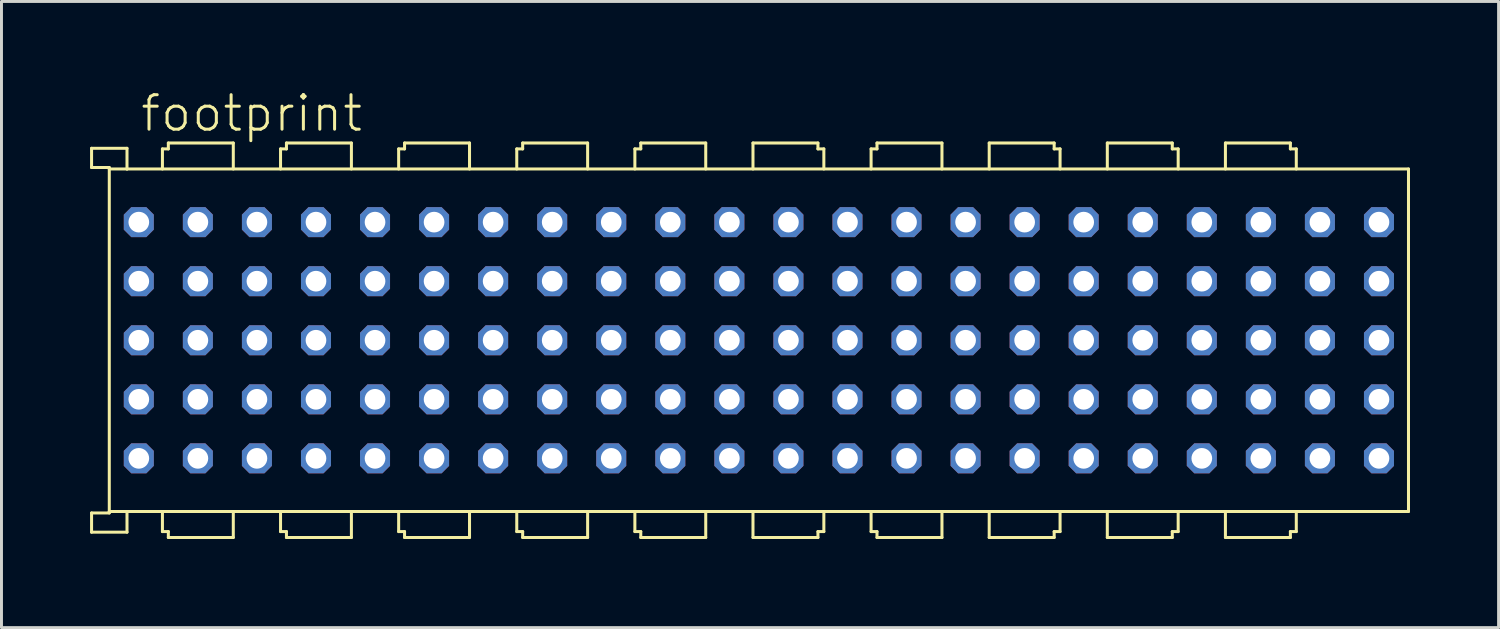
<source format=kicad_pcb>
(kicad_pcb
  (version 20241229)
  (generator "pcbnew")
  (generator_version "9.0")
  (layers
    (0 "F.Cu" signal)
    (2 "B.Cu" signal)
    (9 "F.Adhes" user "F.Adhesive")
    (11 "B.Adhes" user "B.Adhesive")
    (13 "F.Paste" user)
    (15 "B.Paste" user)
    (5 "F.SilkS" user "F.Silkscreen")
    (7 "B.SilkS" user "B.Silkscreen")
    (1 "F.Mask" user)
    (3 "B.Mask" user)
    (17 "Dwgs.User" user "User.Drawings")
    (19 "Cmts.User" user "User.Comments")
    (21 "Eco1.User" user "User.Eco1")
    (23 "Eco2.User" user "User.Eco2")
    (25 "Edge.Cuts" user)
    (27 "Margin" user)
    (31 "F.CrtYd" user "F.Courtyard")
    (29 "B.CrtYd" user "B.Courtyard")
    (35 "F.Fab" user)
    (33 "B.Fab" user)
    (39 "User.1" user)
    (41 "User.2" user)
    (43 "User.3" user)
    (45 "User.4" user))
  (footprint "footprint"
    (layer "F.Cu")
    (at 22.651 8.473)
    (property "Reference" "footprint" (at -21 -7 0) (layer "F.SilkS") (effects (font (size 1.168 1.168) (thickness 0.102)) (justify left bottom)))
    (fp_line (start -22.6 -6.5) (end -22.6 -5.85) (stroke (width 0.102) (type solid)) (layer "F.SilkS"))
    (fp_line (start -22.6 -5.85) (end -22 -5.85) (stroke (width 0.102) (type solid)) (layer "F.SilkS"))
    (fp_line (start -22.6 5.85) (end -22 5.85) (stroke (width 0.102) (type solid)) (layer "F.SilkS"))
    (fp_line (start -22.6 6.5) (end -22.6 5.85) (stroke (width 0.102) (type solid)) (layer "F.SilkS"))
    (fp_line (start -22 -5.85) (end -22 5.8) (stroke (width 0.102) (type solid)) (layer "F.SilkS"))
    (fp_line (start -22 -5.8) (end -21.4 -5.8) (stroke (width 0.102) (type solid)) (layer "F.SilkS"))
    (fp_line (start -22 5.8) (end -21.4 5.8) (stroke (width 0.102) (type solid)) (layer "F.SilkS"))
    (fp_line (start -22 5.85) (end -22 5.8) (stroke (width 0.102) (type solid)) (layer "F.SilkS"))
    (fp_line (start -21.4 -6.5) (end -22.6 -6.5) (stroke (width 0.102) (type solid)) (layer "F.SilkS"))
    (fp_line (start -21.4 -5.8) (end -21.4 -6.5) (stroke (width 0.102) (type solid)) (layer "F.SilkS"))
    (fp_line (start -21.4 5.8) (end -21.4 6.5) (stroke (width 0.102) (type solid)) (layer "F.SilkS"))
    (fp_line (start -21.4 5.8) (end -20.2 5.8) (stroke (width 0.102) (type solid)) (layer "F.SilkS"))
    (fp_line (start -21.4 6.5) (end -22.6 6.5) (stroke (width 0.102) (type solid)) (layer "F.SilkS"))
    (fp_line (start -20.2 -6.48) (end -20 -6.48) (stroke (width 0.102) (type solid)) (layer "F.SilkS"))
    (fp_line (start -20.2 -5.8) (end -20.2 -6.48) (stroke (width 0.102) (type solid)) (layer "F.SilkS"))
    (fp_line (start -20.2 5.8) (end -20.2 6.48) (stroke (width 0.102) (type solid)) (layer "F.SilkS"))
    (fp_line (start -20.2 6.48) (end -20 6.48) (stroke (width 0.102) (type solid)) (layer "F.SilkS"))
    (fp_line (start -20 -6.68) (end -17.8 -6.68) (stroke (width 0.102) (type solid)) (layer "F.SilkS"))
    (fp_line (start -20 -6.48) (end -20 -6.68) (stroke (width 0.102) (type solid)) (layer "F.SilkS"))
    (fp_line (start -20 6.48) (end -20 6.68) (stroke (width 0.102) (type solid)) (layer "F.SilkS"))
    (fp_line (start -20 6.68) (end -17.8 6.68) (stroke (width 0.102) (type solid)) (layer "F.SilkS"))
    (fp_line (start -17.8 -6.68) (end -17.8 -5.8) (stroke (width 0.102) (type solid)) (layer "F.SilkS"))
    (fp_line (start -17.8 5.8) (end -20.2 5.8) (stroke (width 0.102) (type solid)) (layer "F.SilkS"))
    (fp_line (start -17.8 5.8) (end -16.2 5.8) (stroke (width 0.102) (type solid)) (layer "F.SilkS"))
    (fp_line (start -17.8 6.68) (end -17.8 5.8) (stroke (width 0.102) (type solid)) (layer "F.SilkS"))
    (fp_line (start -16.2 -6.48) (end -16 -6.48) (stroke (width 0.102) (type solid)) (layer "F.SilkS"))
    (fp_line (start -16.2 -5.8) (end -16.2 -6.48) (stroke (width 0.102) (type solid)) (layer "F.SilkS"))
    (fp_line (start -16.2 5.8) (end -16.2 6.48) (stroke (width 0.102) (type solid)) (layer "F.SilkS"))
    (fp_line (start -16.2 6.48) (end -16 6.48) (stroke (width 0.102) (type solid)) (layer "F.SilkS"))
    (fp_line (start -16 -6.68) (end -13.8 -6.68) (stroke (width 0.102) (type solid)) (layer "F.SilkS"))
    (fp_line (start -16 -6.48) (end -16 -6.68) (stroke (width 0.102) (type solid)) (layer "F.SilkS"))
    (fp_line (start -16 6.48) (end -16 6.68) (stroke (width 0.102) (type solid)) (layer "F.SilkS"))
    (fp_line (start -16 6.68) (end -13.8 6.68) (stroke (width 0.102) (type solid)) (layer "F.SilkS"))
    (fp_line (start -13.8 -6.68) (end -13.8 -5.8) (stroke (width 0.102) (type solid)) (layer "F.SilkS"))
    (fp_line (start -13.8 5.8) (end -16.2 5.8) (stroke (width 0.102) (type solid)) (layer "F.SilkS"))
    (fp_line (start -13.8 5.8) (end -12.2 5.8) (stroke (width 0.102) (type solid)) (layer "F.SilkS"))
    (fp_line (start -13.8 6.68) (end -13.8 5.8) (stroke (width 0.102) (type solid)) (layer "F.SilkS"))
    (fp_line (start -12.2 -6.48) (end -12 -6.48) (stroke (width 0.102) (type solid)) (layer "F.SilkS"))
    (fp_line (start -12.2 -5.8) (end -12.2 -6.48) (stroke (width 0.102) (type solid)) (layer "F.SilkS"))
    (fp_line (start -12.2 5.8) (end -12.2 6.48) (stroke (width 0.102) (type solid)) (layer "F.SilkS"))
    (fp_line (start -12.2 6.48) (end -12 6.48) (stroke (width 0.102) (type solid)) (layer "F.SilkS"))
    (fp_line (start -12 -6.68) (end -9.8 -6.68) (stroke (width 0.102) (type solid)) (layer "F.SilkS"))
    (fp_line (start -12 -6.48) (end -12 -6.68) (stroke (width 0.102) (type solid)) (layer "F.SilkS"))
    (fp_line (start -12 6.48) (end -12 6.68) (stroke (width 0.102) (type solid)) (layer "F.SilkS"))
    (fp_line (start -12 6.68) (end -9.8 6.68) (stroke (width 0.102) (type solid)) (layer "F.SilkS"))
    (fp_line (start -9.8 -6.68) (end -9.8 -5.8) (stroke (width 0.102) (type solid)) (layer "F.SilkS"))
    (fp_line (start -9.8 5.8) (end -12.2 5.8) (stroke (width 0.102) (type solid)) (layer "F.SilkS"))
    (fp_line (start -9.8 5.8) (end -8.2 5.8) (stroke (width 0.102) (type solid)) (layer "F.SilkS"))
    (fp_line (start -9.8 6.68) (end -9.8 5.8) (stroke (width 0.102) (type solid)) (layer "F.SilkS"))
    (fp_line (start -8.2 -6.48) (end -8 -6.48) (stroke (width 0.102) (type solid)) (layer "F.SilkS"))
    (fp_line (start -8.2 -5.8) (end -8.2 -6.48) (stroke (width 0.102) (type solid)) (layer "F.SilkS"))
    (fp_line (start -8.2 5.8) (end -8.2 6.48) (stroke (width 0.102) (type solid)) (layer "F.SilkS"))
    (fp_line (start -8.2 6.48) (end -8 6.48) (stroke (width 0.102) (type solid)) (layer "F.SilkS"))
    (fp_line (start -8 -6.68) (end -5.8 -6.68) (stroke (width 0.102) (type solid)) (layer "F.SilkS"))
    (fp_line (start -8 -6.48) (end -8 -6.68) (stroke (width 0.102) (type solid)) (layer "F.SilkS"))
    (fp_line (start -8 6.48) (end -8 6.68) (stroke (width 0.102) (type solid)) (layer "F.SilkS"))
    (fp_line (start -8 6.68) (end -5.8 6.68) (stroke (width 0.102) (type solid)) (layer "F.SilkS"))
    (fp_line (start -5.8 -6.68) (end -5.8 -5.8) (stroke (width 0.102) (type solid)) (layer "F.SilkS"))
    (fp_line (start -5.8 5.8) (end -8.2 5.8) (stroke (width 0.102) (type solid)) (layer "F.SilkS"))
    (fp_line (start -5.8 5.8) (end -5.8 6.68) (stroke (width 0.102) (type solid)) (layer "F.SilkS"))
    (fp_line (start -5.8 5.8) (end -4.2 5.8) (stroke (width 0.102) (type solid)) (layer "F.SilkS"))
    (fp_line (start -4.2 -6.48) (end -4 -6.48) (stroke (width 0.102) (type solid)) (layer "F.SilkS"))
    (fp_line (start -4.2 -5.8) (end -4.2 -6.48) (stroke (width 0.102) (type solid)) (layer "F.SilkS"))
    (fp_line (start -4.2 5.8) (end -4.2 6.48) (stroke (width 0.102) (type solid)) (layer "F.SilkS"))
    (fp_line (start -4.2 6.48) (end -4 6.48) (stroke (width 0.102) (type solid)) (layer "F.SilkS"))
    (fp_line (start -4 -6.68) (end -1.8 -6.68) (stroke (width 0.102) (type solid)) (layer "F.SilkS"))
    (fp_line (start -4 -6.48) (end -4 -6.68) (stroke (width 0.102) (type solid)) (layer "F.SilkS"))
    (fp_line (start -4 6.48) (end -4 6.68) (stroke (width 0.102) (type solid)) (layer "F.SilkS"))
    (fp_line (start -4 6.68) (end -1.8 6.68) (stroke (width 0.102) (type solid)) (layer "F.SilkS"))
    (fp_line (start -1.8 -5.8) (end -1.8 -6.68) (stroke (width 0.102) (type solid)) (layer "F.SilkS"))
    (fp_line (start -1.8 5.8) (end -4.2 5.8) (stroke (width 0.102) (type solid)) (layer "F.SilkS"))
    (fp_line (start -1.8 5.8) (end -0.2 5.8) (stroke (width 0.102) (type solid)) (layer "F.SilkS"))
    (fp_line (start -1.8 6.68) (end -1.8 5.8) (stroke (width 0.102) (type solid)) (layer "F.SilkS"))
    (fp_line (start -0.2 -6.68) (end -0.2 -5.8) (stroke (width 0.102) (type solid)) (layer "F.SilkS"))
    (fp_line (start -0.2 5.8) (end 2.2 5.8) (stroke (width 0.102) (type solid)) (layer "F.SilkS"))
    (fp_line (start -0.2 6.68) (end -0.2 5.8) (stroke (width 0.102) (type solid)) (layer "F.SilkS"))
    (fp_line (start 2 -6.68) (end -0.2 -6.68) (stroke (width 0.102) (type solid)) (layer "F.SilkS"))
    (fp_line (start 2 -6.48) (end 2 -6.68) (stroke (width 0.102) (type solid)) (layer "F.SilkS"))
    (fp_line (start 2 6.48) (end 2 6.68) (stroke (width 0.102) (type solid)) (layer "F.SilkS"))
    (fp_line (start 2 6.68) (end -0.2 6.68) (stroke (width 0.102) (type solid)) (layer "F.SilkS"))
    (fp_line (start 2.2 -6.48) (end 2 -6.48) (stroke (width 0.102) (type solid)) (layer "F.SilkS"))
    (fp_line (start 2.2 -5.8) (end 2.2 -6.48) (stroke (width 0.102) (type solid)) (layer "F.SilkS"))
    (fp_line (start 2.2 5.8) (end 2.2 6.48) (stroke (width 0.102) (type solid)) (layer "F.SilkS"))
    (fp_line (start 2.2 6.48) (end 2 6.48) (stroke (width 0.102) (type solid)) (layer "F.SilkS"))
    (fp_line (start 3.8 -6.48) (end 4 -6.48) (stroke (width 0.102) (type solid)) (layer "F.SilkS"))
    (fp_line (start 3.8 -5.8) (end 3.8 -6.48) (stroke (width 0.102) (type solid)) (layer "F.SilkS"))
    (fp_line (start 3.8 5.8) (end 2.2 5.8) (stroke (width 0.102) (type solid)) (layer "F.SilkS"))
    (fp_line (start 3.8 5.8) (end 3.8 6.48) (stroke (width 0.102) (type solid)) (layer "F.SilkS"))
    (fp_line (start 3.8 6.48) (end 4 6.48) (stroke (width 0.102) (type solid)) (layer "F.SilkS"))
    (fp_line (start 4 -6.68) (end 6.2 -6.68) (stroke (width 0.102) (type solid)) (layer "F.SilkS"))
    (fp_line (start 4 -6.48) (end 4 -6.68) (stroke (width 0.102) (type solid)) (layer "F.SilkS"))
    (fp_line (start 4 6.48) (end 4 6.68) (stroke (width 0.102) (type solid)) (layer "F.SilkS"))
    (fp_line (start 4 6.68) (end 6.2 6.68) (stroke (width 0.102) (type solid)) (layer "F.SilkS"))
    (fp_line (start 6.2 -6.68) (end 6.2 -5.8) (stroke (width 0.102) (type solid)) (layer "F.SilkS"))
    (fp_line (start 6.2 5.8) (end 3.8 5.8) (stroke (width 0.102) (type solid)) (layer "F.SilkS"))
    (fp_line (start 6.2 6.68) (end 6.2 5.8) (stroke (width 0.102) (type solid)) (layer "F.SilkS"))
    (fp_line (start 7.8 -5.8) (end 7.8 -6.68) (stroke (width 0.102) (type solid)) (layer "F.SilkS"))
    (fp_line (start 7.8 5.8) (end 6.2 5.8) (stroke (width 0.102) (type solid)) (layer "F.SilkS"))
    (fp_line (start 7.8 5.8) (end 7.8 6.68) (stroke (width 0.102) (type solid)) (layer "F.SilkS"))
    (fp_line (start 7.8 5.8) (end 10.2 5.8) (stroke (width 0.102) (type solid)) (layer "F.SilkS"))
    (fp_line (start 10 -6.68) (end 7.8 -6.68) (stroke (width 0.102) (type solid)) (layer "F.SilkS"))
    (fp_line (start 10 -6.48) (end 10 -6.68) (stroke (width 0.102) (type solid)) (layer "F.SilkS"))
    (fp_line (start 10 6.48) (end 10 6.68) (stroke (width 0.102) (type solid)) (layer "F.SilkS"))
    (fp_line (start 10 6.68) (end 7.8 6.68) (stroke (width 0.102) (type solid)) (layer "F.SilkS"))
    (fp_line (start 10.2 -6.48) (end 10 -6.48) (stroke (width 0.102) (type solid)) (layer "F.SilkS"))
    (fp_line (start 10.2 -5.8) (end 10.2 -6.48) (stroke (width 0.102) (type solid)) (layer "F.SilkS"))
    (fp_line (start 10.2 5.8) (end 10.2 6.48) (stroke (width 0.102) (type solid)) (layer "F.SilkS"))
    (fp_line (start 10.2 6.48) (end 10 6.48) (stroke (width 0.102) (type solid)) (layer "F.SilkS"))
    (fp_line (start 11.8 -6.68) (end 11.8 -5.8) (stroke (width 0.102) (type solid)) (layer "F.SilkS"))
    (fp_line (start 11.8 5.8) (end 10.2 5.8) (stroke (width 0.102) (type solid)) (layer "F.SilkS"))
    (fp_line (start 11.8 5.8) (end 14.2 5.8) (stroke (width 0.102) (type solid)) (layer "F.SilkS"))
    (fp_line (start 11.8 6.68) (end 11.8 5.8) (stroke (width 0.102) (type solid)) (layer "F.SilkS"))
    (fp_line (start 14 -6.68) (end 11.8 -6.68) (stroke (width 0.102) (type solid)) (layer "F.SilkS"))
    (fp_line (start 14 -6.48) (end 14 -6.68) (stroke (width 0.102) (type solid)) (layer "F.SilkS"))
    (fp_line (start 14 6.48) (end 14 6.68) (stroke (width 0.102) (type solid)) (layer "F.SilkS"))
    (fp_line (start 14 6.68) (end 11.8 6.68) (stroke (width 0.102) (type solid)) (layer "F.SilkS"))
    (fp_line (start 14.2 -6.48) (end 14 -6.48) (stroke (width 0.102) (type solid)) (layer "F.SilkS"))
    (fp_line (start 14.2 -5.8) (end 14.2 -6.48) (stroke (width 0.102) (type solid)) (layer "F.SilkS"))
    (fp_line (start 14.2 5.8) (end 14.2 6.48) (stroke (width 0.102) (type solid)) (layer "F.SilkS"))
    (fp_line (start 14.2 6.48) (end 14 6.48) (stroke (width 0.102) (type solid)) (layer "F.SilkS"))
    (fp_line (start 15.8 -6.68) (end 15.8 -5.8) (stroke (width 0.102) (type solid)) (layer "F.SilkS"))
    (fp_line (start 15.8 5.8) (end 14.2 5.8) (stroke (width 0.102) (type solid)) (layer "F.SilkS"))
    (fp_line (start 15.8 5.8) (end 18.2 5.8) (stroke (width 0.102) (type solid)) (layer "F.SilkS"))
    (fp_line (start 15.8 6.68) (end 15.8 5.8) (stroke (width 0.102) (type solid)) (layer "F.SilkS"))
    (fp_line (start 18 -6.68) (end 15.8 -6.68) (stroke (width 0.102) (type solid)) (layer "F.SilkS"))
    (fp_line (start 18 -6.48) (end 18 -6.68) (stroke (width 0.102) (type solid)) (layer "F.SilkS"))
    (fp_line (start 18 6.48) (end 18 6.68) (stroke (width 0.102) (type solid)) (layer "F.SilkS"))
    (fp_line (start 18 6.68) (end 15.8 6.68) (stroke (width 0.102) (type solid)) (layer "F.SilkS"))
    (fp_line (start 18.2 -6.48) (end 18 -6.48) (stroke (width 0.102) (type solid)) (layer "F.SilkS"))
    (fp_line (start 18.2 -5.8) (end 18.2 -6.48) (stroke (width 0.102) (type solid)) (layer "F.SilkS"))
    (fp_line (start 18.2 5.8) (end 18.2 6.48) (stroke (width 0.102) (type solid)) (layer "F.SilkS"))
    (fp_line (start 18.2 6.48) (end 18 6.48) (stroke (width 0.102) (type solid)) (layer "F.SilkS"))
    (fp_line (start 22 -5.8) (end -21.4 -5.8) (stroke (width 0.102) (type solid)) (layer "F.SilkS"))
    (fp_line (start 22 5.8) (end 18.2 5.8) (stroke (width 0.102) (type solid)) (layer "F.SilkS"))
    (fp_line (start 22 5.8) (end 22 -5.8) (stroke (width 0.102) (type solid)) (layer "F.SilkS"))
    (pad "A1" thru_hole roundrect (at 21 4 180) (size 1.016 1.016) (drill 0.7) (layers "*.Cu" "*.Mask") (roundrect_rratio 0.25) (chamfer_ratio 0.25) (chamfer top_left top_right bottom_left bottom_right))
    (pad "A2" thru_hole roundrect (at 19 4 180) (size 1.016 1.016) (drill 0.7) (layers "*.Cu" "*.Mask") (roundrect_rratio 0.25) (chamfer_ratio 0.25) (chamfer top_left top_right bottom_left bottom_right))
    (pad "A3" thru_hole roundrect (at 17 4 180) (size 1.016 1.016) (drill 0.7) (layers "*.Cu" "*.Mask") (roundrect_rratio 0.25) (chamfer_ratio 0.25) (chamfer top_left top_right bottom_left bottom_right))
    (pad "A4" thru_hole roundrect (at 15 4 180) (size 1.016 1.016) (drill 0.7) (layers "*.Cu" "*.Mask") (roundrect_rratio 0.25) (chamfer_ratio 0.25) (chamfer top_left top_right bottom_left bottom_right))
    (pad "A5" thru_hole roundrect (at 13 4 180) (size 1.016 1.016) (drill 0.7) (layers "*.Cu" "*.Mask") (roundrect_rratio 0.25) (chamfer_ratio 0.25) (chamfer top_left top_right bottom_left bottom_right))
    (pad "A6" thru_hole roundrect (at 11 4 180) (size 1.016 1.016) (drill 0.7) (layers "*.Cu" "*.Mask") (roundrect_rratio 0.25) (chamfer_ratio 0.25) (chamfer top_left top_right bottom_left bottom_right))
    (pad "A7" thru_hole roundrect (at 9 4 180) (size 1.016 1.016) (drill 0.7) (layers "*.Cu" "*.Mask") (roundrect_rratio 0.25) (chamfer_ratio 0.25) (chamfer top_left top_right bottom_left bottom_right))
    (pad "A8" thru_hole roundrect (at 7 4 180) (size 1.016 1.016) (drill 0.7) (layers "*.Cu" "*.Mask") (roundrect_rratio 0.25) (chamfer_ratio 0.25) (chamfer top_left top_right bottom_left bottom_right))
    (pad "A9" thru_hole roundrect (at 5 4 180) (size 1.016 1.016) (drill 0.7) (layers "*.Cu" "*.Mask") (roundrect_rratio 0.25) (chamfer_ratio 0.25) (chamfer top_left top_right bottom_left bottom_right))
    (pad "A10" thru_hole roundrect (at 3 4 180) (size 1.016 1.016) (drill 0.7) (layers "*.Cu" "*.Mask") (roundrect_rratio 0.25) (chamfer_ratio 0.25) (chamfer top_left top_right bottom_left bottom_right))
    (pad "A11" thru_hole roundrect (at 1 4 180) (size 1.016 1.016) (drill 0.7) (layers "*.Cu" "*.Mask") (roundrect_rratio 0.25) (chamfer_ratio 0.25) (chamfer top_left top_right bottom_left bottom_right))
    (pad "A12" thru_hole roundrect (at -1 4 180) (size 1.016 1.016) (drill 0.7) (layers "*.Cu" "*.Mask") (roundrect_rratio 0.25) (chamfer_ratio 0.25) (chamfer top_left top_right bottom_left bottom_right))
    (pad "A13" thru_hole roundrect (at -3 4 180) (size 1.016 1.016) (drill 0.7) (layers "*.Cu" "*.Mask") (roundrect_rratio 0.25) (chamfer_ratio 0.25) (chamfer top_left top_right bottom_left bottom_right))
    (pad "A14" thru_hole roundrect (at -5 4 180) (size 1.016 1.016) (drill 0.7) (layers "*.Cu" "*.Mask") (roundrect_rratio 0.25) (chamfer_ratio 0.25) (chamfer top_left top_right bottom_left bottom_right))
    (pad "A15" thru_hole roundrect (at -7 4 180) (size 1.016 1.016) (drill 0.7) (layers "*.Cu" "*.Mask") (roundrect_rratio 0.25) (chamfer_ratio 0.25) (chamfer top_left top_right bottom_left bottom_right))
    (pad "A16" thru_hole roundrect (at -9 4 180) (size 1.016 1.016) (drill 0.7) (layers "*.Cu" "*.Mask") (roundrect_rratio 0.25) (chamfer_ratio 0.25) (chamfer top_left top_right bottom_left bottom_right))
    (pad "A17" thru_hole roundrect (at -11 4 180) (size 1.016 1.016) (drill 0.7) (layers "*.Cu" "*.Mask") (roundrect_rratio 0.25) (chamfer_ratio 0.25) (chamfer top_left top_right bottom_left bottom_right))
    (pad "A18" thru_hole roundrect (at -13 4 180) (size 1.016 1.016) (drill 0.7) (layers "*.Cu" "*.Mask") (roundrect_rratio 0.25) (chamfer_ratio 0.25) (chamfer top_left top_right bottom_left bottom_right))
    (pad "A19" thru_hole roundrect (at -15 4 180) (size 1.016 1.016) (drill 0.7) (layers "*.Cu" "*.Mask") (roundrect_rratio 0.25) (chamfer_ratio 0.25) (chamfer top_left top_right bottom_left bottom_right))
    (pad "A20" thru_hole roundrect (at -17 4 180) (size 1.016 1.016) (drill 0.7) (layers "*.Cu" "*.Mask") (roundrect_rratio 0.25) (chamfer_ratio 0.25) (chamfer top_left top_right bottom_left bottom_right))
    (pad "A21" thru_hole roundrect (at -19 4 180) (size 1.016 1.016) (drill 0.7) (layers "*.Cu" "*.Mask") (roundrect_rratio 0.25) (chamfer_ratio 0.25) (chamfer top_left top_right bottom_left bottom_right))
    (pad "A22" thru_hole roundrect (at -21 4 180) (size 1.016 1.016) (drill 0.7) (layers "*.Cu" "*.Mask") (roundrect_rratio 0.25) (chamfer_ratio 0.25) (chamfer top_left top_right bottom_left bottom_right))
    (pad "B1" thru_hole roundrect (at 21 2 180) (size 1.016 1.016) (drill 0.7) (layers "*.Cu" "*.Mask") (roundrect_rratio 0.25) (chamfer_ratio 0.25) (chamfer top_left top_right bottom_left bottom_right))
    (pad "B2" thru_hole roundrect (at 19 2 180) (size 1.016 1.016) (drill 0.7) (layers "*.Cu" "*.Mask") (roundrect_rratio 0.25) (chamfer_ratio 0.25) (chamfer top_left top_right bottom_left bottom_right))
    (pad "B3" thru_hole roundrect (at 17 2 180) (size 1.016 1.016) (drill 0.7) (layers "*.Cu" "*.Mask") (roundrect_rratio 0.25) (chamfer_ratio 0.25) (chamfer top_left top_right bottom_left bottom_right))
    (pad "B4" thru_hole roundrect (at 15 2 180) (size 1.016 1.016) (drill 0.7) (layers "*.Cu" "*.Mask") (roundrect_rratio 0.25) (chamfer_ratio 0.25) (chamfer top_left top_right bottom_left bottom_right))
    (pad "B5" thru_hole roundrect (at 13 2 180) (size 1.016 1.016) (drill 0.7) (layers "*.Cu" "*.Mask") (roundrect_rratio 0.25) (chamfer_ratio 0.25) (chamfer top_left top_right bottom_left bottom_right))
    (pad "B6" thru_hole roundrect (at 11 2 180) (size 1.016 1.016) (drill 0.7) (layers "*.Cu" "*.Mask") (roundrect_rratio 0.25) (chamfer_ratio 0.25) (chamfer top_left top_right bottom_left bottom_right))
    (pad "B7" thru_hole roundrect (at 9 2 180) (size 1.016 1.016) (drill 0.7) (layers "*.Cu" "*.Mask") (roundrect_rratio 0.25) (chamfer_ratio 0.25) (chamfer top_left top_right bottom_left bottom_right))
    (pad "B8" thru_hole roundrect (at 7 2 180) (size 1.016 1.016) (drill 0.7) (layers "*.Cu" "*.Mask") (roundrect_rratio 0.25) (chamfer_ratio 0.25) (chamfer top_left top_right bottom_left bottom_right))
    (pad "B9" thru_hole roundrect (at 5 2 180) (size 1.016 1.016) (drill 0.7) (layers "*.Cu" "*.Mask") (roundrect_rratio 0.25) (chamfer_ratio 0.25) (chamfer top_left top_right bottom_left bottom_right))
    (pad "B10" thru_hole roundrect (at 3 2 180) (size 1.016 1.016) (drill 0.7) (layers "*.Cu" "*.Mask") (roundrect_rratio 0.25) (chamfer_ratio 0.25) (chamfer top_left top_right bottom_left bottom_right))
    (pad "B11" thru_hole roundrect (at 1 2 180) (size 1.016 1.016) (drill 0.7) (layers "*.Cu" "*.Mask") (roundrect_rratio 0.25) (chamfer_ratio 0.25) (chamfer top_left top_right bottom_left bottom_right))
    (pad "B12" thru_hole roundrect (at -1 2 180) (size 1.016 1.016) (drill 0.7) (layers "*.Cu" "*.Mask") (roundrect_rratio 0.25) (chamfer_ratio 0.25) (chamfer top_left top_right bottom_left bottom_right))
    (pad "B13" thru_hole roundrect (at -3 2 180) (size 1.016 1.016) (drill 0.7) (layers "*.Cu" "*.Mask") (roundrect_rratio 0.25) (chamfer_ratio 0.25) (chamfer top_left top_right bottom_left bottom_right))
    (pad "B14" thru_hole roundrect (at -5 2 180) (size 1.016 1.016) (drill 0.7) (layers "*.Cu" "*.Mask") (roundrect_rratio 0.25) (chamfer_ratio 0.25) (chamfer top_left top_right bottom_left bottom_right))
    (pad "B15" thru_hole roundrect (at -7 2 180) (size 1.016 1.016) (drill 0.7) (layers "*.Cu" "*.Mask") (roundrect_rratio 0.25) (chamfer_ratio 0.25) (chamfer top_left top_right bottom_left bottom_right))
    (pad "B16" thru_hole roundrect (at -9 2 180) (size 1.016 1.016) (drill 0.7) (layers "*.Cu" "*.Mask") (roundrect_rratio 0.25) (chamfer_ratio 0.25) (chamfer top_left top_right bottom_left bottom_right))
    (pad "B17" thru_hole roundrect (at -11 2 180) (size 1.016 1.016) (drill 0.7) (layers "*.Cu" "*.Mask") (roundrect_rratio 0.25) (chamfer_ratio 0.25) (chamfer top_left top_right bottom_left bottom_right))
    (pad "B18" thru_hole roundrect (at -13 2 180) (size 1.016 1.016) (drill 0.7) (layers "*.Cu" "*.Mask") (roundrect_rratio 0.25) (chamfer_ratio 0.25) (chamfer top_left top_right bottom_left bottom_right))
    (pad "B19" thru_hole roundrect (at -15 2 180) (size 1.016 1.016) (drill 0.7) (layers "*.Cu" "*.Mask") (roundrect_rratio 0.25) (chamfer_ratio 0.25) (chamfer top_left top_right bottom_left bottom_right))
    (pad "B20" thru_hole roundrect (at -17 2 180) (size 1.016 1.016) (drill 0.7) (layers "*.Cu" "*.Mask") (roundrect_rratio 0.25) (chamfer_ratio 0.25) (chamfer top_left top_right bottom_left bottom_right))
    (pad "B21" thru_hole roundrect (at -19 2 180) (size 1.016 1.016) (drill 0.7) (layers "*.Cu" "*.Mask") (roundrect_rratio 0.25) (chamfer_ratio 0.25) (chamfer top_left top_right bottom_left bottom_right))
    (pad "B22" thru_hole roundrect (at -21 2 180) (size 1.016 1.016) (drill 0.7) (layers "*.Cu" "*.Mask") (roundrect_rratio 0.25) (chamfer_ratio 0.25) (chamfer top_left top_right bottom_left bottom_right))
    (pad "C1" thru_hole roundrect (at 21 0 180) (size 1.016 1.016) (drill 0.7) (layers "*.Cu" "*.Mask") (roundrect_rratio 0.25) (chamfer_ratio 0.25) (chamfer top_left top_right bottom_left bottom_right))
    (pad "C2" thru_hole roundrect (at 19 0 180) (size 1.016 1.016) (drill 0.7) (layers "*.Cu" "*.Mask") (roundrect_rratio 0.25) (chamfer_ratio 0.25) (chamfer top_left top_right bottom_left bottom_right))
    (pad "C3" thru_hole roundrect (at 17 0 180) (size 1.016 1.016) (drill 0.7) (layers "*.Cu" "*.Mask") (roundrect_rratio 0.25) (chamfer_ratio 0.25) (chamfer top_left top_right bottom_left bottom_right))
    (pad "C4" thru_hole roundrect (at 15 0 180) (size 1.016 1.016) (drill 0.7) (layers "*.Cu" "*.Mask") (roundrect_rratio 0.25) (chamfer_ratio 0.25) (chamfer top_left top_right bottom_left bottom_right))
    (pad "C5" thru_hole roundrect (at 13 0 180) (size 1.016 1.016) (drill 0.7) (layers "*.Cu" "*.Mask") (roundrect_rratio 0.25) (chamfer_ratio 0.25) (chamfer top_left top_right bottom_left bottom_right))
    (pad "C6" thru_hole roundrect (at 11 0 180) (size 1.016 1.016) (drill 0.7) (layers "*.Cu" "*.Mask") (roundrect_rratio 0.25) (chamfer_ratio 0.25) (chamfer top_left top_right bottom_left bottom_right))
    (pad "C7" thru_hole roundrect (at 9 0 180) (size 1.016 1.016) (drill 0.7) (layers "*.Cu" "*.Mask") (roundrect_rratio 0.25) (chamfer_ratio 0.25) (chamfer top_left top_right bottom_left bottom_right))
    (pad "C8" thru_hole roundrect (at 7 0 180) (size 1.016 1.016) (drill 0.7) (layers "*.Cu" "*.Mask") (roundrect_rratio 0.25) (chamfer_ratio 0.25) (chamfer top_left top_right bottom_left bottom_right))
    (pad "C9" thru_hole roundrect (at 5 0 180) (size 1.016 1.016) (drill 0.7) (layers "*.Cu" "*.Mask") (roundrect_rratio 0.25) (chamfer_ratio 0.25) (chamfer top_left top_right bottom_left bottom_right))
    (pad "C10" thru_hole roundrect (at 3 0 180) (size 1.016 1.016) (drill 0.7) (layers "*.Cu" "*.Mask") (roundrect_rratio 0.25) (chamfer_ratio 0.25) (chamfer top_left top_right bottom_left bottom_right))
    (pad "C11" thru_hole roundrect (at 1 0 180) (size 1.016 1.016) (drill 0.7) (layers "*.Cu" "*.Mask") (roundrect_rratio 0.25) (chamfer_ratio 0.25) (chamfer top_left top_right bottom_left bottom_right))
    (pad "C12" thru_hole roundrect (at -1 0 180) (size 1.016 1.016) (drill 0.7) (layers "*.Cu" "*.Mask") (roundrect_rratio 0.25) (chamfer_ratio 0.25) (chamfer top_left top_right bottom_left bottom_right))
    (pad "C13" thru_hole roundrect (at -3 0 180) (size 1.016 1.016) (drill 0.7) (layers "*.Cu" "*.Mask") (roundrect_rratio 0.25) (chamfer_ratio 0.25) (chamfer top_left top_right bottom_left bottom_right))
    (pad "C14" thru_hole roundrect (at -5 0 180) (size 1.016 1.016) (drill 0.7) (layers "*.Cu" "*.Mask") (roundrect_rratio 0.25) (chamfer_ratio 0.25) (chamfer top_left top_right bottom_left bottom_right))
    (pad "C15" thru_hole roundrect (at -7 0 180) (size 1.016 1.016) (drill 0.7) (layers "*.Cu" "*.Mask") (roundrect_rratio 0.25) (chamfer_ratio 0.25) (chamfer top_left top_right bottom_left bottom_right))
    (pad "C16" thru_hole roundrect (at -9 0 180) (size 1.016 1.016) (drill 0.7) (layers "*.Cu" "*.Mask") (roundrect_rratio 0.25) (chamfer_ratio 0.25) (chamfer top_left top_right bottom_left bottom_right))
    (pad "C17" thru_hole roundrect (at -11 0 180) (size 1.016 1.016) (drill 0.7) (layers "*.Cu" "*.Mask") (roundrect_rratio 0.25) (chamfer_ratio 0.25) (chamfer top_left top_right bottom_left bottom_right))
    (pad "C18" thru_hole roundrect (at -13 0 180) (size 1.016 1.016) (drill 0.7) (layers "*.Cu" "*.Mask") (roundrect_rratio 0.25) (chamfer_ratio 0.25) (chamfer top_left top_right bottom_left bottom_right))
    (pad "C19" thru_hole roundrect (at -15 0 180) (size 1.016 1.016) (drill 0.7) (layers "*.Cu" "*.Mask") (roundrect_rratio 0.25) (chamfer_ratio 0.25) (chamfer top_left top_right bottom_left bottom_right))
    (pad "C20" thru_hole roundrect (at -17 0 180) (size 1.016 1.016) (drill 0.7) (layers "*.Cu" "*.Mask") (roundrect_rratio 0.25) (chamfer_ratio 0.25) (chamfer top_left top_right bottom_left bottom_right))
    (pad "C21" thru_hole roundrect (at -19 0 180) (size 1.016 1.016) (drill 0.7) (layers "*.Cu" "*.Mask") (roundrect_rratio 0.25) (chamfer_ratio 0.25) (chamfer top_left top_right bottom_left bottom_right))
    (pad "C22" thru_hole roundrect (at -21 0 180) (size 1.016 1.016) (drill 0.7) (layers "*.Cu" "*.Mask") (roundrect_rratio 0.25) (chamfer_ratio 0.25) (chamfer top_left top_right bottom_left bottom_right))
    (pad "D1" thru_hole roundrect (at 21 -2 180) (size 1.016 1.016) (drill 0.7) (layers "*.Cu" "*.Mask") (roundrect_rratio 0.25) (chamfer_ratio 0.25) (chamfer top_left top_right bottom_left bottom_right))
    (pad "D2" thru_hole roundrect (at 19 -2 180) (size 1.016 1.016) (drill 0.7) (layers "*.Cu" "*.Mask") (roundrect_rratio 0.25) (chamfer_ratio 0.25) (chamfer top_left top_right bottom_left bottom_right))
    (pad "D3" thru_hole roundrect (at 17 -2 180) (size 1.016 1.016) (drill 0.7) (layers "*.Cu" "*.Mask") (roundrect_rratio 0.25) (chamfer_ratio 0.25) (chamfer top_left top_right bottom_left bottom_right))
    (pad "D4" thru_hole roundrect (at 15 -2 180) (size 1.016 1.016) (drill 0.7) (layers "*.Cu" "*.Mask") (roundrect_rratio 0.25) (chamfer_ratio 0.25) (chamfer top_left top_right bottom_left bottom_right))
    (pad "D5" thru_hole roundrect (at 13 -2 180) (size 1.016 1.016) (drill 0.7) (layers "*.Cu" "*.Mask") (roundrect_rratio 0.25) (chamfer_ratio 0.25) (chamfer top_left top_right bottom_left bottom_right))
    (pad "D6" thru_hole roundrect (at 11 -2 180) (size 1.016 1.016) (drill 0.7) (layers "*.Cu" "*.Mask") (roundrect_rratio 0.25) (chamfer_ratio 0.25) (chamfer top_left top_right bottom_left bottom_right))
    (pad "D7" thru_hole roundrect (at 9 -2 180) (size 1.016 1.016) (drill 0.7) (layers "*.Cu" "*.Mask") (roundrect_rratio 0.25) (chamfer_ratio 0.25) (chamfer top_left top_right bottom_left bottom_right))
    (pad "D8" thru_hole roundrect (at 7 -2 180) (size 1.016 1.016) (drill 0.7) (layers "*.Cu" "*.Mask") (roundrect_rratio 0.25) (chamfer_ratio 0.25) (chamfer top_left top_right bottom_left bottom_right))
    (pad "D9" thru_hole roundrect (at 5 -2 180) (size 1.016 1.016) (drill 0.7) (layers "*.Cu" "*.Mask") (roundrect_rratio 0.25) (chamfer_ratio 0.25) (chamfer top_left top_right bottom_left bottom_right))
    (pad "D10" thru_hole roundrect (at 3 -2 180) (size 1.016 1.016) (drill 0.7) (layers "*.Cu" "*.Mask") (roundrect_rratio 0.25) (chamfer_ratio 0.25) (chamfer top_left top_right bottom_left bottom_right))
    (pad "D11" thru_hole roundrect (at 1 -2 180) (size 1.016 1.016) (drill 0.7) (layers "*.Cu" "*.Mask") (roundrect_rratio 0.25) (chamfer_ratio 0.25) (chamfer top_left top_right bottom_left bottom_right))
    (pad "D12" thru_hole roundrect (at -1 -2 180) (size 1.016 1.016) (drill 0.7) (layers "*.Cu" "*.Mask") (roundrect_rratio 0.25) (chamfer_ratio 0.25) (chamfer top_left top_right bottom_left bottom_right))
    (pad "D13" thru_hole roundrect (at -3 -2 180) (size 1.016 1.016) (drill 0.7) (layers "*.Cu" "*.Mask") (roundrect_rratio 0.25) (chamfer_ratio 0.25) (chamfer top_left top_right bottom_left bottom_right))
    (pad "D14" thru_hole roundrect (at -5 -2 180) (size 1.016 1.016) (drill 0.7) (layers "*.Cu" "*.Mask") (roundrect_rratio 0.25) (chamfer_ratio 0.25) (chamfer top_left top_right bottom_left bottom_right))
    (pad "D15" thru_hole roundrect (at -7 -2 180) (size 1.016 1.016) (drill 0.7) (layers "*.Cu" "*.Mask") (roundrect_rratio 0.25) (chamfer_ratio 0.25) (chamfer top_left top_right bottom_left bottom_right))
    (pad "D16" thru_hole roundrect (at -9 -2 180) (size 1.016 1.016) (drill 0.7) (layers "*.Cu" "*.Mask") (roundrect_rratio 0.25) (chamfer_ratio 0.25) (chamfer top_left top_right bottom_left bottom_right))
    (pad "D17" thru_hole roundrect (at -11 -2 180) (size 1.016 1.016) (drill 0.7) (layers "*.Cu" "*.Mask") (roundrect_rratio 0.25) (chamfer_ratio 0.25) (chamfer top_left top_right bottom_left bottom_right))
    (pad "D18" thru_hole roundrect (at -13 -2 180) (size 1.016 1.016) (drill 0.7) (layers "*.Cu" "*.Mask") (roundrect_rratio 0.25) (chamfer_ratio 0.25) (chamfer top_left top_right bottom_left bottom_right))
    (pad "D19" thru_hole roundrect (at -15 -2 180) (size 1.016 1.016) (drill 0.7) (layers "*.Cu" "*.Mask") (roundrect_rratio 0.25) (chamfer_ratio 0.25) (chamfer top_left top_right bottom_left bottom_right))
    (pad "D20" thru_hole roundrect (at -17 -2 180) (size 1.016 1.016) (drill 0.7) (layers "*.Cu" "*.Mask") (roundrect_rratio 0.25) (chamfer_ratio 0.25) (chamfer top_left top_right bottom_left bottom_right))
    (pad "D21" thru_hole roundrect (at -19 -2 180) (size 1.016 1.016) (drill 0.7) (layers "*.Cu" "*.Mask") (roundrect_rratio 0.25) (chamfer_ratio 0.25) (chamfer top_left top_right bottom_left bottom_right))
    (pad "D22" thru_hole roundrect (at -21 -2 180) (size 1.016 1.016) (drill 0.7) (layers "*.Cu" "*.Mask") (roundrect_rratio 0.25) (chamfer_ratio 0.25) (chamfer top_left top_right bottom_left bottom_right))
    (pad "E1" thru_hole roundrect (at 21 -4 180) (size 1.016 1.016) (drill 0.7) (layers "*.Cu" "*.Mask") (roundrect_rratio 0.25) (chamfer_ratio 0.25) (chamfer top_left top_right bottom_left bottom_right))
    (pad "E2" thru_hole roundrect (at 19 -4 180) (size 1.016 1.016) (drill 0.7) (layers "*.Cu" "*.Mask") (roundrect_rratio 0.25) (chamfer_ratio 0.25) (chamfer top_left top_right bottom_left bottom_right))
    (pad "E3" thru_hole roundrect (at 17 -4 180) (size 1.016 1.016) (drill 0.7) (layers "*.Cu" "*.Mask") (roundrect_rratio 0.25) (chamfer_ratio 0.25) (chamfer top_left top_right bottom_left bottom_right))
    (pad "E4" thru_hole roundrect (at 15 -4 180) (size 1.016 1.016) (drill 0.7) (layers "*.Cu" "*.Mask") (roundrect_rratio 0.25) (chamfer_ratio 0.25) (chamfer top_left top_right bottom_left bottom_right))
    (pad "E5" thru_hole roundrect (at 13 -4 180) (size 1.016 1.016) (drill 0.7) (layers "*.Cu" "*.Mask") (roundrect_rratio 0.25) (chamfer_ratio 0.25) (chamfer top_left top_right bottom_left bottom_right))
    (pad "E6" thru_hole roundrect (at 11 -4 180) (size 1.016 1.016) (drill 0.7) (layers "*.Cu" "*.Mask") (roundrect_rratio 0.25) (chamfer_ratio 0.25) (chamfer top_left top_right bottom_left bottom_right))
    (pad "E7" thru_hole roundrect (at 9 -4 180) (size 1.016 1.016) (drill 0.7) (layers "*.Cu" "*.Mask") (roundrect_rratio 0.25) (chamfer_ratio 0.25) (chamfer top_left top_right bottom_left bottom_right))
    (pad "E8" thru_hole roundrect (at 7 -4 180) (size 1.016 1.016) (drill 0.7) (layers "*.Cu" "*.Mask") (roundrect_rratio 0.25) (chamfer_ratio 0.25) (chamfer top_left top_right bottom_left bottom_right))
    (pad "E9" thru_hole roundrect (at 5 -4 180) (size 1.016 1.016) (drill 0.7) (layers "*.Cu" "*.Mask") (roundrect_rratio 0.25) (chamfer_ratio 0.25) (chamfer top_left top_right bottom_left bottom_right))
    (pad "E10" thru_hole roundrect (at 3 -4 180) (size 1.016 1.016) (drill 0.7) (layers "*.Cu" "*.Mask") (roundrect_rratio 0.25) (chamfer_ratio 0.25) (chamfer top_left top_right bottom_left bottom_right))
    (pad "E11" thru_hole roundrect (at 1 -4 180) (size 1.016 1.016) (drill 0.7) (layers "*.Cu" "*.Mask") (roundrect_rratio 0.25) (chamfer_ratio 0.25) (chamfer top_left top_right bottom_left bottom_right))
    (pad "E12" thru_hole roundrect (at -1 -4 180) (size 1.016 1.016) (drill 0.7) (layers "*.Cu" "*.Mask") (roundrect_rratio 0.25) (chamfer_ratio 0.25) (chamfer top_left top_right bottom_left bottom_right))
    (pad "E13" thru_hole roundrect (at -3 -4 180) (size 1.016 1.016) (drill 0.7) (layers "*.Cu" "*.Mask") (roundrect_rratio 0.25) (chamfer_ratio 0.25) (chamfer top_left top_right bottom_left bottom_right))
    (pad "E14" thru_hole roundrect (at -5 -4 180) (size 1.016 1.016) (drill 0.7) (layers "*.Cu" "*.Mask") (roundrect_rratio 0.25) (chamfer_ratio 0.25) (chamfer top_left top_right bottom_left bottom_right))
    (pad "E15" thru_hole roundrect (at -7 -4 180) (size 1.016 1.016) (drill 0.7) (layers "*.Cu" "*.Mask") (roundrect_rratio 0.25) (chamfer_ratio 0.25) (chamfer top_left top_right bottom_left bottom_right))
    (pad "E16" thru_hole roundrect (at -9 -4 180) (size 1.016 1.016) (drill 0.7) (layers "*.Cu" "*.Mask") (roundrect_rratio 0.25) (chamfer_ratio 0.25) (chamfer top_left top_right bottom_left bottom_right))
    (pad "E17" thru_hole roundrect (at -11 -4 180) (size 1.016 1.016) (drill 0.7) (layers "*.Cu" "*.Mask") (roundrect_rratio 0.25) (chamfer_ratio 0.25) (chamfer top_left top_right bottom_left bottom_right))
    (pad "E18" thru_hole roundrect (at -13 -4 180) (size 1.016 1.016) (drill 0.7) (layers "*.Cu" "*.Mask") (roundrect_rratio 0.25) (chamfer_ratio 0.25) (chamfer top_left top_right bottom_left bottom_right))
    (pad "E19" thru_hole roundrect (at -15 -4 180) (size 1.016 1.016) (drill 0.7) (layers "*.Cu" "*.Mask") (roundrect_rratio 0.25) (chamfer_ratio 0.25) (chamfer top_left top_right bottom_left bottom_right))
    (pad "E20" thru_hole roundrect (at -17 -4 180) (size 1.016 1.016) (drill 0.7) (layers "*.Cu" "*.Mask") (roundrect_rratio 0.25) (chamfer_ratio 0.25) (chamfer top_left top_right bottom_left bottom_right))
    (pad "E21" thru_hole roundrect (at -19 -4 180) (size 1.016 1.016) (drill 0.7) (layers "*.Cu" "*.Mask") (roundrect_rratio 0.25) (chamfer_ratio 0.25) (chamfer top_left top_right bottom_left bottom_right))
    (pad "E22" thru_hole roundrect (at -21 -4 180) (size 1.016 1.016) (drill 0.7) (layers "*.Cu" "*.Mask") (roundrect_rratio 0.25) (chamfer_ratio 0.25) (chamfer top_left top_right bottom_left bottom_right)))
  (gr_rect
    (start -3 -3)
    (end 47.702 18.204)
    (stroke (width 0.1) (type default))
    (fill no)
    (layer "Edge.Cuts")))
</source>
